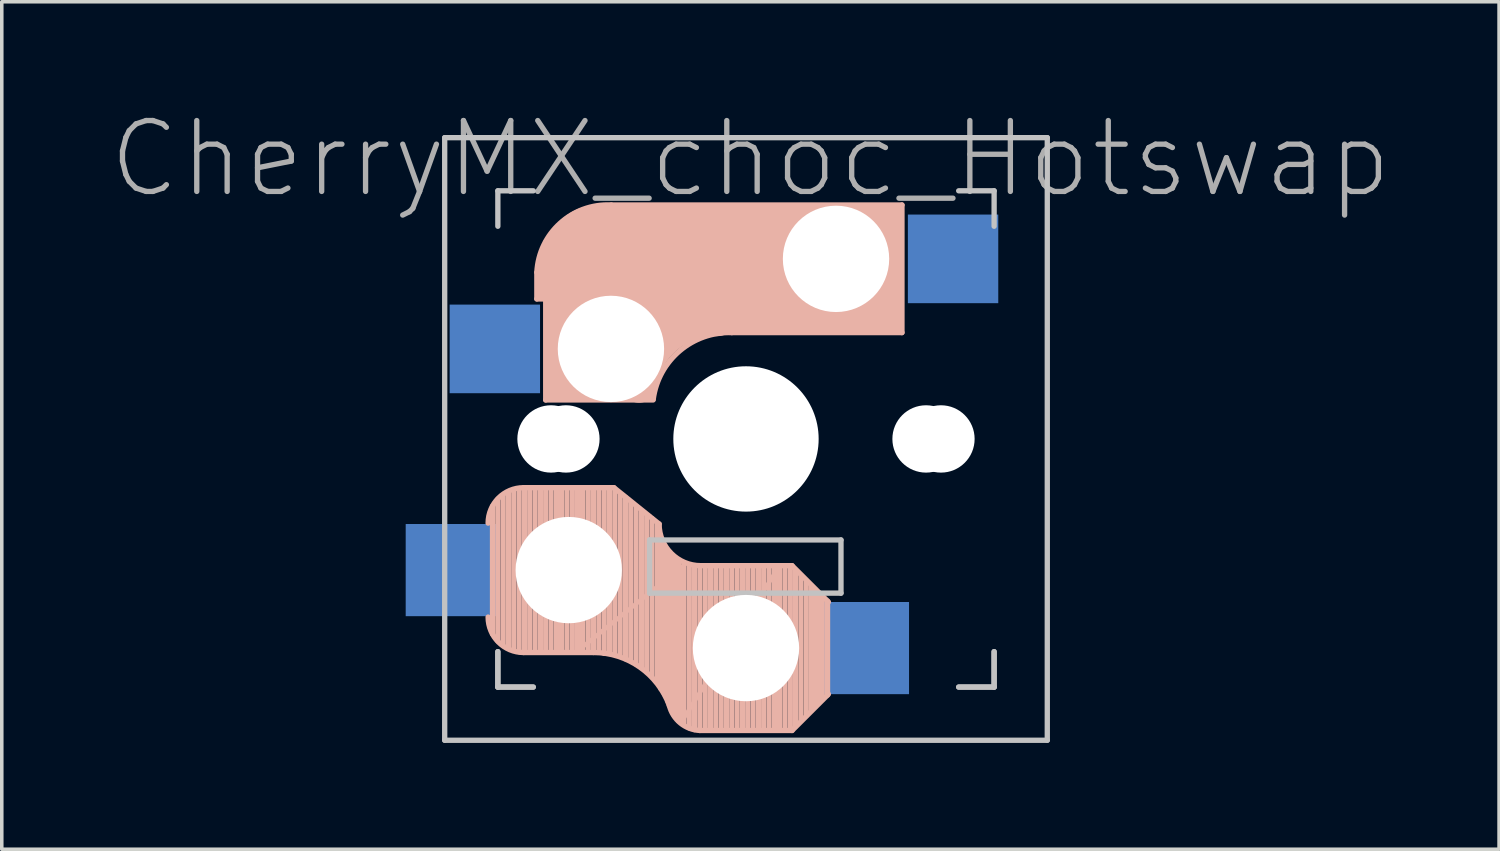
<source format=kicad_pcb>
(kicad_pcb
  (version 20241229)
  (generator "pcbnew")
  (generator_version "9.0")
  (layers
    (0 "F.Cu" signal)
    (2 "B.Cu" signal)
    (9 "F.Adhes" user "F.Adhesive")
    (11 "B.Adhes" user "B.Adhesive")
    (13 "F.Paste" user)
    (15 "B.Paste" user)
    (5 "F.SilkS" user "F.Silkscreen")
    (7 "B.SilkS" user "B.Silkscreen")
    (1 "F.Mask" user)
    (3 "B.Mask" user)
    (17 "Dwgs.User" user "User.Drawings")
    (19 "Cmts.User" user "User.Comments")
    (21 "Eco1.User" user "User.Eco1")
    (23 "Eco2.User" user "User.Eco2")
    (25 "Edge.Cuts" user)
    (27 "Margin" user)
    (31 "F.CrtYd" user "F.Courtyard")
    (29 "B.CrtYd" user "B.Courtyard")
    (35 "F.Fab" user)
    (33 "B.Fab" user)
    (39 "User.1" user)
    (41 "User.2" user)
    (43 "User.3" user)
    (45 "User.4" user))
  (footprint "CherryMX_choc_Hotswap"
    (layer "F.Cu")
    (at 17.995 9.333)
    (property "Reference" "CherryMX_choc_Hotswap" (at 0.125 -7.9 0) (layer "F.Fab") (effects (font (size 2 2) (thickness 0.15))))
    (attr through_hole)
    (fp_line (start -7.15 5.5) (end -7.15 1.9) (stroke (width 0.15) (type solid)) (layer "B.SilkS"))
    (fp_line (start -7 5.7) (end -7 1.7) (stroke (width 0.15) (type solid)) (layer "B.SilkS"))
    (fp_line (start -6.85 5.8) (end -6.85 1.6) (stroke (width 0.15) (type solid)) (layer "B.SilkS"))
    (fp_line (start -6.7 5.9) (end -6.7 1.5) (stroke (width 0.15) (type solid)) (layer "B.SilkS"))
    (fp_line (start -6.55 5.95) (end -6.55 1.45) (stroke (width 0.15) (type solid)) (layer "B.SilkS"))
    (fp_line (start -6.4 6) (end -6.4 1.45) (stroke (width 0.15) (type solid)) (layer "B.SilkS"))
    (fp_line (start -6.25 6) (end -6.25 1.4) (stroke (width 0.15) (type solid)) (layer "B.SilkS"))
    (fp_line (start -6.1 6) (end -6.1 1.4) (stroke (width 0.15) (type solid)) (layer "B.SilkS"))
    (fp_line (start -5.95 6) (end -5.95 1.4) (stroke (width 0.15) (type solid)) (layer "B.SilkS"))
    (fp_line (start -5.9 -4.7) (end -5.9 -3.95) (stroke (width 0.15) (type solid)) (layer "B.SilkS"))
    (fp_line (start -5.9 -3.95) (end -5.7 -3.95) (stroke (width 0.15) (type solid)) (layer "B.SilkS"))
    (fp_line (start -5.8 -4.05) (end -5.8 -4.7) (stroke (width 0.3) (type solid)) (layer "B.SilkS"))
    (fp_line (start -5.8 6) (end -5.8 1.4) (stroke (width 0.15) (type solid)) (layer "B.SilkS"))
    (fp_line (start -5.65 -5.55) (end -5.65 -1.1) (stroke (width 0.15) (type solid)) (layer "B.SilkS"))
    (fp_line (start -5.65 -1.1) (end -2.62 -1.1) (stroke (width 0.15) (type solid)) (layer "B.SilkS"))
    (fp_line (start -5.65 6) (end -5.65 1.4) (stroke (width 0.15) (type solid)) (layer "B.SilkS"))
    (fp_line (start -5.5 6) (end -5.5 1.4) (stroke (width 0.15) (type solid)) (layer "B.SilkS"))
    (fp_line (start -5.45 -1.3) (end -3 -1.3) (stroke (width 0.5) (type solid)) (layer "B.SilkS"))
    (fp_line (start -5.35 6) (end -5.35 1.4) (stroke (width 0.15) (type solid)) (layer "B.SilkS"))
    (fp_line (start -5.3 -1.6) (end -5.3 -3.4) (stroke (width 0.8) (type solid)) (layer "B.SilkS"))
    (fp_line (start -5.2 6) (end -5.2 1.4) (stroke (width 0.15) (type solid)) (layer "B.SilkS"))
    (fp_line (start -5.05 6) (end -5.05 1.4) (stroke (width 0.15) (type solid)) (layer "B.SilkS"))
    (fp_line (start -4.9 6) (end -4.9 1.4) (stroke (width 0.15) (type solid)) (layer "B.SilkS"))
    (fp_line (start -4.75 6) (end -4.75 1.4) (stroke (width 0.15) (type solid)) (layer "B.SilkS"))
    (fp_line (start -4.65 5.9) (end -4.65 1.4) (stroke (width 0.12) (type solid)) (layer "B.SilkS"))
    (fp_line (start -4.6 6) (end -4.6 1.4) (stroke (width 0.15) (type solid)) (layer "B.SilkS"))
    (fp_line (start -4.45 6) (end -4.45 1.4) (stroke (width 0.15) (type solid)) (layer "B.SilkS"))
    (fp_line (start -4.3 6) (end -4.3 1.4) (stroke (width 0.15) (type solid)) (layer "B.SilkS"))
    (fp_line (start -4.3 6.025) (end -6.275 6.025) (stroke (width 0.15) (type solid)) (layer "B.SilkS"))
    (fp_line (start -4.17 -5.1) (end -4.17 -2.86) (stroke (width 3) (type solid)) (layer "B.SilkS"))
    (fp_line (start -4.15 6) (end -4.15 1.45) (stroke (width 0.15) (type solid)) (layer "B.SilkS"))
    (fp_line (start -4 6.05) (end -4 1.4) (stroke (width 0.15) (type solid)) (layer "B.SilkS"))
    (fp_line (start -3.85 6.05) (end -3.85 1.4) (stroke (width 0.15) (type solid)) (layer "B.SilkS"))
    (fp_line (start -3.725 1.375) (end -6.275 1.375) (stroke (width 0.15) (type solid)) (layer "B.SilkS"))
    (fp_line (start -3.725 1.375) (end -2.45 2.4) (stroke (width 0.15) (type solid)) (layer "B.SilkS"))
    (fp_line (start -3.7 6.05) (end -3.7 1.45) (stroke (width 0.15) (type solid)) (layer "B.SilkS"))
    (fp_line (start -3.55 6.1) (end -3.55 1.55) (stroke (width 0.15) (type solid)) (layer "B.SilkS"))
    (fp_line (start -3.4 6.2) (end -3.4 1.65) (stroke (width 0.15) (type solid)) (layer "B.SilkS"))
    (fp_line (start -3.25 6.25) (end -3.25 1.8) (stroke (width 0.15) (type solid)) (layer "B.SilkS"))
    (fp_line (start -3.1 6.35) (end -3.1 1.9) (stroke (width 0.15) (type solid)) (layer "B.SilkS"))
    (fp_line (start -2.95 6.45) (end -2.95 2.05) (stroke (width 0.15) (type solid)) (layer "B.SilkS"))
    (fp_line (start -2.8 6.55) (end -2.8 2.15) (stroke (width 0.15) (type solid)) (layer "B.SilkS"))
    (fp_line (start -2.65 6.7) (end -2.65 2.25) (stroke (width 0.15) (type solid)) (layer "B.SilkS"))
    (fp_line (start -2.5 6.85) (end -2.5 2.4) (stroke (width 0.15) (type solid)) (layer "B.SilkS"))
    (fp_line (start -2.4 7.05) (end -2.4 2.9) (stroke (width 0.15) (type solid)) (layer "B.SilkS"))
    (fp_line (start -2.3 7.2) (end -2.3 3.05) (stroke (width 0.15) (type solid)) (layer "B.SilkS"))
    (fp_line (start -2.2 7.4) (end -2.2 3.25) (stroke (width 0.15) (type solid)) (layer "B.SilkS"))
    (fp_line (start -2.1 7.55) (end -2.1 3.35) (stroke (width 0.15) (type solid)) (layer "B.SilkS"))
    (fp_line (start -2 7.8) (end -2 3.4) (stroke (width 0.15) (type solid)) (layer "B.SilkS"))
    (fp_line (start -1.9 7.95) (end -1.9 3.45) (stroke (width 0.15) (type solid)) (layer "B.SilkS"))
    (fp_line (start -1.8 3.6) (end -4.65 5.9) (stroke (width 0.12) (type solid)) (layer "B.SilkS"))
    (fp_line (start -1.8 7.95) (end -1.8 3.6) (stroke (width 0.12) (type solid)) (layer "B.SilkS"))
    (fp_line (start -1.75 8.05) (end -1.75 3.5) (stroke (width 0.15) (type solid)) (layer "B.SilkS"))
    (fp_line (start -1.6 8.15) (end -1.6 3.6) (stroke (width 0.15) (type solid)) (layer "B.SilkS"))
    (fp_line (start -1.45 8.2) (end -1.45 3.6) (stroke (width 0.15) (type solid)) (layer "B.SilkS"))
    (fp_line (start -1.3 8.2) (end -1.3 3.6) (stroke (width 0.15) (type solid)) (layer "B.SilkS"))
    (fp_line (start -1.15 8.2) (end -1.15 3.65) (stroke (width 0.15) (type solid)) (layer "B.SilkS"))
    (fp_line (start -1 8.2) (end -1 3.6) (stroke (width 0.15) (type solid)) (layer "B.SilkS"))
    (fp_line (start -0.85 8.2) (end -0.85 3.6) (stroke (width 0.15) (type solid)) (layer "B.SilkS"))
    (fp_line (start -0.7 8.2) (end -0.7 3.6) (stroke (width 0.15) (type solid)) (layer "B.SilkS"))
    (fp_line (start -0.55 8.2) (end -0.55 3.6) (stroke (width 0.15) (type solid)) (layer "B.SilkS"))
    (fp_line (start -0.4 -3) (end 4.4 -3) (stroke (width 0.15) (type solid)) (layer "B.SilkS"))
    (fp_line (start -0.4 8.2) (end -0.4 3.6) (stroke (width 0.15) (type solid)) (layer "B.SilkS"))
    (fp_line (start -0.25 8.2) (end -0.25 3.6) (stroke (width 0.15) (type solid)) (layer "B.SilkS"))
    (fp_line (start -0.1 8.2) (end -0.1 3.6) (stroke (width 0.15) (type solid)) (layer "B.SilkS"))
    (fp_line (start 0.05 8.2) (end 0.05 3.6) (stroke (width 0.15) (type solid)) (layer "B.SilkS"))
    (fp_line (start 0.2 8.2) (end 0.2 3.6) (stroke (width 0.15) (type solid)) (layer "B.SilkS"))
    (fp_line (start 0.35 8.2) (end 0.35 3.6) (stroke (width 0.15) (type solid)) (layer "B.SilkS"))
    (fp_line (start 0.5 8.2) (end 0.5 3.6) (stroke (width 0.15) (type solid)) (layer "B.SilkS"))
    (fp_line (start 0.65 8.2) (end 0.65 3.6) (stroke (width 0.15) (type solid)) (layer "B.SilkS"))
    (fp_line (start 0.8 8.2) (end 0.8 3.6) (stroke (width 0.15) (type solid)) (layer "B.SilkS"))
    (fp_line (start 0.9 3.65) (end -1.8 7.95) (stroke (width 0.12) (type solid)) (layer "B.SilkS"))
    (fp_line (start 0.9 8.1) (end 0.9 3.65) (stroke (width 0.12) (type solid)) (layer "B.SilkS"))
    (fp_line (start 0.95 8.2) (end 0.95 3.6) (stroke (width 0.15) (type solid)) (layer "B.SilkS"))
    (fp_line (start 1.1 8.2) (end 1.1 3.6) (stroke (width 0.15) (type solid)) (layer "B.SilkS"))
    (fp_line (start 1.25 8.2) (end 1.25 3.6) (stroke (width 0.15) (type solid)) (layer "B.SilkS"))
    (fp_line (start 1.3 3.575) (end -1.275 3.575) (stroke (width 0.15) (type solid)) (layer "B.SilkS"))
    (fp_line (start 1.3 3.575) (end 2.325 4.6) (stroke (width 0.15) (type solid)) (layer "B.SilkS"))
    (fp_line (start 1.3 8.225) (end -1.3 8.225) (stroke (width 0.15) (type solid)) (layer "B.SilkS"))
    (fp_line (start 1.3 8.225) (end 2.325 7.2) (stroke (width 0.15) (type solid)) (layer "B.SilkS"))
    (fp_line (start 1.4 8.1) (end 1.4 3.7) (stroke (width 0.15) (type solid)) (layer "B.SilkS"))
    (fp_line (start 1.55 7.95) (end 1.55 3.85) (stroke (width 0.15) (type solid)) (layer "B.SilkS"))
    (fp_line (start 1.7 7.8) (end 1.7 4) (stroke (width 0.15) (type solid)) (layer "B.SilkS"))
    (fp_line (start 1.85 7.65) (end 1.85 4.15) (stroke (width 0.15) (type solid)) (layer "B.SilkS"))
    (fp_line (start 1.95 7.55) (end 1.95 4.25) (stroke (width 0.15) (type solid)) (layer "B.SilkS"))
    (fp_line (start 2.05 7.45) (end 2.05 4.35) (stroke (width 0.15) (type solid)) (layer "B.SilkS"))
    (fp_line (start 2.15 7.35) (end 2.15 4.45) (stroke (width 0.15) (type solid)) (layer "B.SilkS"))
    (fp_line (start 2.3 4.575) (end 2.3 7.225) (stroke (width 0.15) (type solid)) (layer "B.SilkS"))
    (fp_line (start 2.6 -4.8) (end -4.1 -4.8) (stroke (width 3.5) (type solid)) (layer "B.SilkS"))
    (fp_line (start 3.9 -6) (end 3.9 -3.5) (stroke (width 1) (type solid)) (layer "B.SilkS"))
    (fp_line (start 4.2 -3.25) (end 2.9 -3.3) (stroke (width 0.5) (type solid)) (layer "B.SilkS"))
    (fp_line (start 4.25 -6.4) (end 3 -6.4) (stroke (width 0.4) (type solid)) (layer "B.SilkS"))
    (fp_line (start 4.38 -4) (end 4.38 -6.25) (stroke (width 0.15) (type solid)) (layer "B.SilkS"))
    (fp_line (start 4.4 -6.6) (end -3.8 -6.6) (stroke (width 0.15) (type solid)) (layer "B.SilkS"))
    (fp_line (start 4.4 -3) (end 4.4 -6.6) (stroke (width 0.15) (type solid)) (layer "B.SilkS"))
    (fp_arc (start -7.275 2.375) (mid -6.982107 1.667893) (end -6.275 1.375) (stroke (width 0.15) (type solid)) (layer "B.SilkS"))
    (fp_arc (start -6.275 6.025) (mid -6.982107 5.732107) (end -7.275 5.025) (stroke (width 0.15) (type solid)) (layer "B.SilkS"))
    (fp_arc (start -5.9 -4.699999) (mid -5.243504 -6.084924) (end -3.800001 -6.6) (stroke (width 0.15) (type solid)) (layer "B.SilkS"))
    (fp_arc (start -4.3 6.025) (mid -2.995114 6.436429) (end -2.162199 7.521904) (stroke (width 0.15) (type solid)) (layer "B.SilkS"))
    (fp_arc (start -3.016318 -1.521471) (mid -2.268709 -2.886118) (end -0.8 -3.4) (stroke (width 1) (type solid)) (layer "B.SilkS"))
    (fp_arc (start -2.616318 -1.121471) (mid -1.868709 -2.486118) (end -0.4 -3) (stroke (width 0.15) (type solid)) (layer "B.SilkS"))
    (fp_arc (start -1.300995 8.223791) (mid -1.848286 8.016021) (end -2.162199 7.521904) (stroke (width 0.15) (type solid)) (layer "B.SilkS"))
    (fp_arc (start -1.275 3.575) (mid -2.10585 3.23085) (end -2.45 2.4) (stroke (width 0.15) (type solid)) (layer "B.SilkS"))
    (fp_line (start -8.5 -8.5) (end 8.5 -8.5) (stroke (width 0.15) (type solid)) (layer "Dwgs.User"))
    (fp_line (start -8.5 8.5) (end -8.5 -8.5) (stroke (width 0.15) (type solid)) (layer "Dwgs.User"))
    (fp_line (start -7 -7) (end -6 -7) (stroke (width 0.15) (type solid)) (layer "Dwgs.User"))
    (fp_line (start -7 -6) (end -7 -7) (stroke (width 0.15) (type solid)) (layer "Dwgs.User"))
    (fp_line (start -7 6) (end -7 7) (stroke (width 0.15) (type solid)) (layer "Dwgs.User"))
    (fp_line (start -7 7) (end -7 6) (stroke (width 0.15) (type solid)) (layer "Dwgs.User"))
    (fp_line (start -7 7) (end -6 7) (stroke (width 0.15) (type solid)) (layer "Dwgs.User"))
    (fp_line (start -6 7) (end -7 7) (stroke (width 0.15) (type solid)) (layer "Dwgs.User"))
    (fp_line (start -2.72 2.85) (end -2.72 4.35) (stroke (width 0.15) (type solid)) (layer "Dwgs.User"))
    (fp_line (start -2.72 4.35) (end 2.68 4.35) (stroke (width 0.15) (type solid)) (layer "Dwgs.User"))
    (fp_line (start 2.68 2.85) (end -2.72 2.85) (stroke (width 0.15) (type solid)) (layer "Dwgs.User"))
    (fp_line (start 2.68 4.35) (end 2.68 2.85) (stroke (width 0.15) (type solid)) (layer "Dwgs.User"))
    (fp_line (start 6 7) (end 7 7) (stroke (width 0.15) (type solid)) (layer "Dwgs.User"))
    (fp_line (start 6 7) (end 7 7) (stroke (width 0.15) (type solid)) (layer "Dwgs.User"))
    (fp_line (start 7 -7) (end 6 -7) (stroke (width 0.15) (type solid)) (layer "Dwgs.User"))
    (fp_line (start 7 -7) (end 7 -6) (stroke (width 0.15) (type solid)) (layer "Dwgs.User"))
    (fp_line (start 7 7) (end 7 6) (stroke (width 0.15) (type solid)) (layer "Dwgs.User"))
    (fp_line (start 7 7) (end 7 6) (stroke (width 0.15) (type solid)) (layer "Dwgs.User"))
    (fp_line (start 8.5 -8.5) (end 8.5 8.5) (stroke (width 0.15) (type solid)) (layer "Dwgs.User"))
    (fp_line (start 8.5 8.5) (end -8.5 8.5) (stroke (width 0.15) (type solid)) (layer "Dwgs.User"))
    (pad "" np_thru_hole circle (at -5.5 0 90) (size 1.9 1.9) (drill 1.9) (layers "*.Cu"))
    (pad "" np_thru_hole circle (at -5.08 0) (size 1.9 1.9) (drill 1.9) (layers "*.Cu" "*.Mask"))
    (pad "" np_thru_hole circle (at -5 3.7 90) (size 3 3) (drill 3) (layers "*.Cu" "*.Mask"))
    (pad "" np_thru_hole circle (at -3.81 -2.54) (size 3 3) (drill 3) (layers "*.Cu" "*.Mask"))
    (pad "" np_thru_hole circle (at 0 0 90) (size 4.1 4.1) (drill 4.1) (layers "*.Cu"))
    (pad "" np_thru_hole circle (at 0 5.9 90) (size 3 3) (drill 3) (layers "*.Cu" "*.Mask"))
    (pad "" np_thru_hole circle (at 2.54 -5.08) (size 3 3) (drill 3) (layers "*.Cu" "*.Mask"))
    (pad "" np_thru_hole circle (at 5.08 0) (size 1.9 1.9) (drill 1.9) (layers "*.Cu" "*.Mask"))
    (pad "" np_thru_hole circle (at 5.5 0 90) (size 1.9 1.9) (drill 1.9) (layers "*.Cu"))
    (pad "1" smd rect (at -8.3 3.7 180) (size 2.6 2.6) (layers "B.Cu" "B.Mask" "B.Paste"))
    (pad "1" smd rect (at -7.085 -2.54 180) (size 2.55 2.5) (layers "B.Cu" "B.Mask" "B.Paste"))
    (pad "2" smd rect (at 3.3 5.9 180) (size 2.6 2.6) (layers "B.Cu" "B.Mask" "B.Paste"))
    (pad "2" smd rect (at 5.842 -5.08 180) (size 2.55 2.5) (layers "B.Cu" "B.Mask" "B.Paste")))
  (gr_rect
    (start -3 -3)
    (end 39.24 20.908)
    (stroke (width 0.1) (type default))
    (fill no)
    (layer "Edge.Cuts")))
</source>
